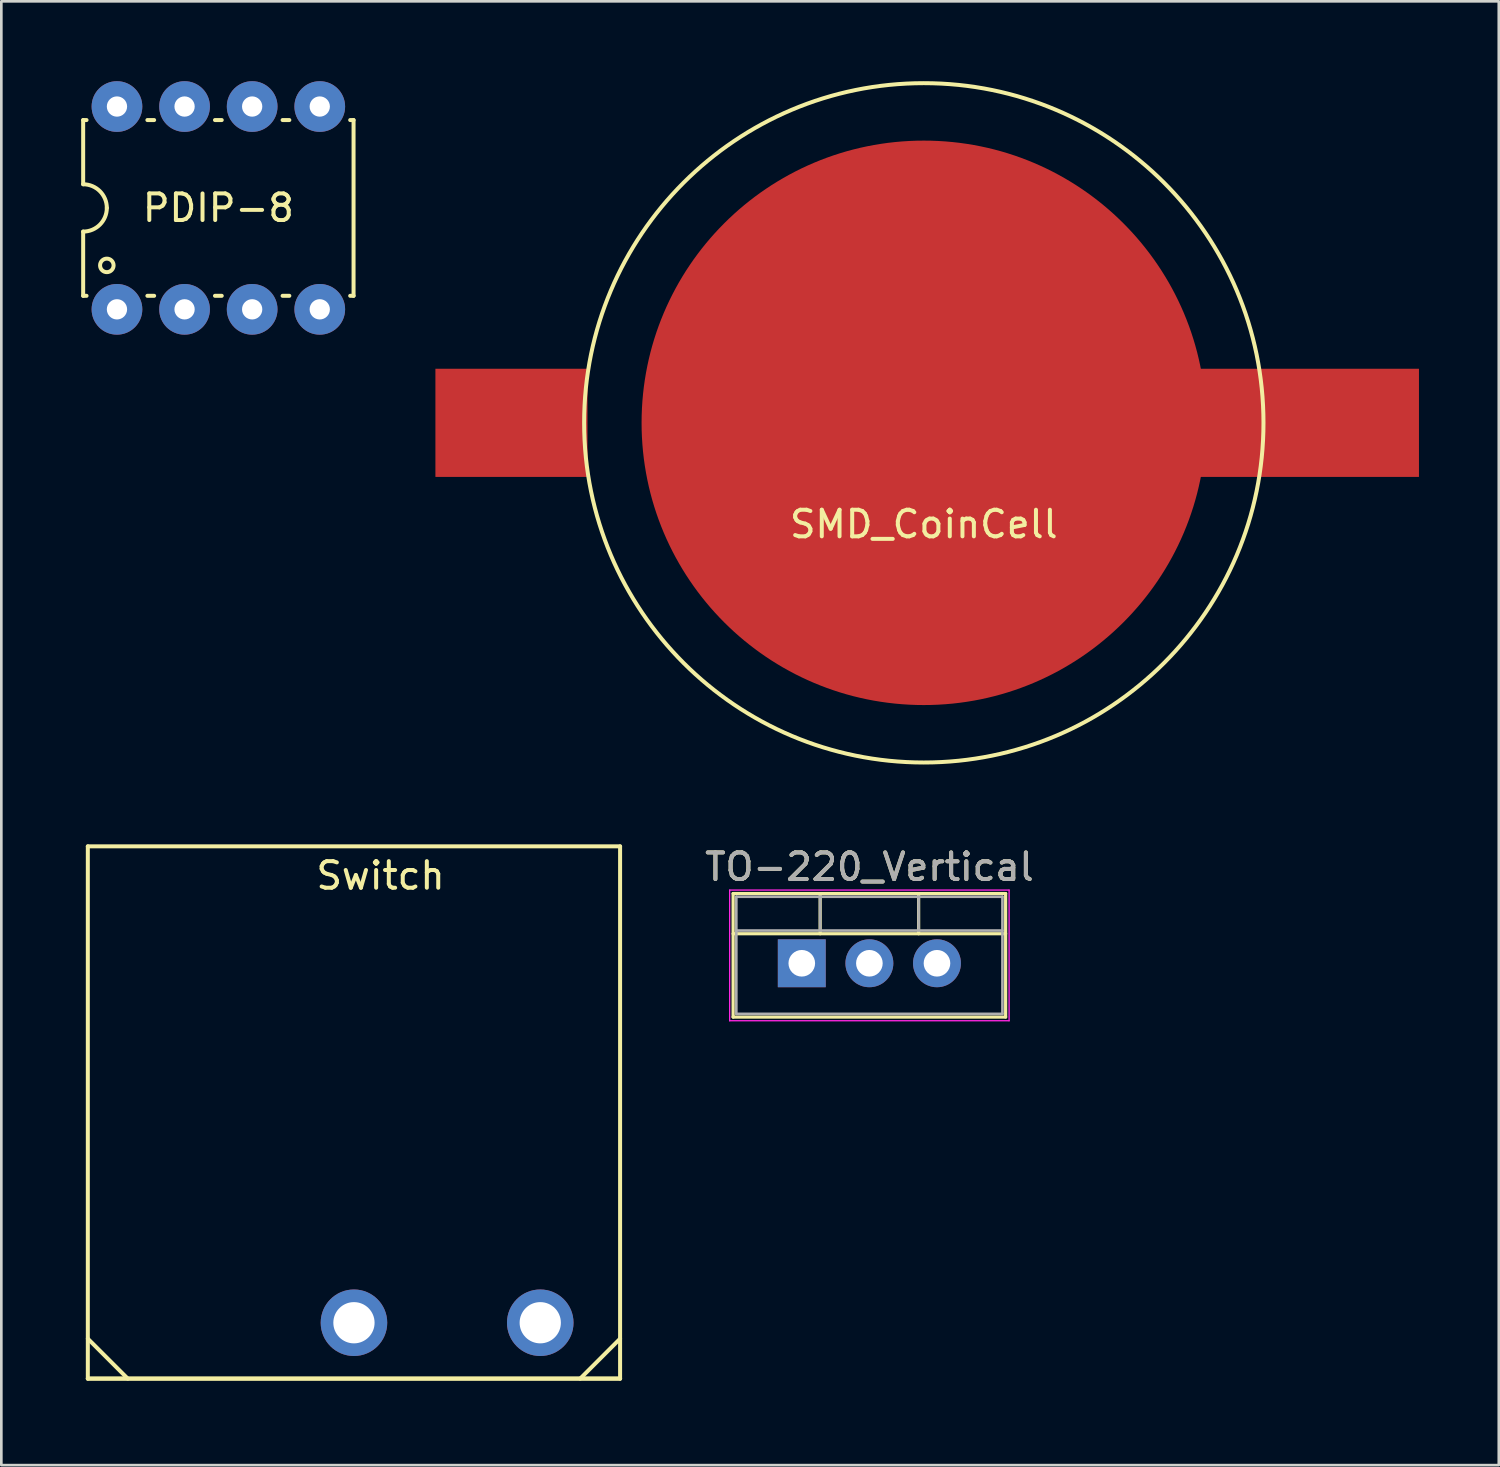
<source format=kicad_pcb>
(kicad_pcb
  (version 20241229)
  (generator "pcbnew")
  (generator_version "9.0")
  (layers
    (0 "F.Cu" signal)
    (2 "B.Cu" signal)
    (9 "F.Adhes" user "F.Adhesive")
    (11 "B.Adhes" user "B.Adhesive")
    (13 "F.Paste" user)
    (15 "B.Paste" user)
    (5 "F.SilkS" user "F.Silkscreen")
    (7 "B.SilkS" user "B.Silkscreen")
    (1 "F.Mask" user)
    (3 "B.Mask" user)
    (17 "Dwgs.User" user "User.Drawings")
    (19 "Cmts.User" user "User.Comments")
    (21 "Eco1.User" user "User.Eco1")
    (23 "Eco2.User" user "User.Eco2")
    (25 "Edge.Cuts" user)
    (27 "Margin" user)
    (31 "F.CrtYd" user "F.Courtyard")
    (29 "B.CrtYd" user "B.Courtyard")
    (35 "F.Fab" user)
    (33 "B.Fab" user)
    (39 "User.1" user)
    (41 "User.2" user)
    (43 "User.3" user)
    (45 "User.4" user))
  (footprint "PDIP-8"
    (layer "F.Cu")
    (at 5.155 4.763)
    (property "Reference" "PDIP-8" (at 0 0 0) (layer "F.SilkS") (effects (font (size 1 1) (thickness 0.15))))
    (attr through_hole)
    (fp_line (start -5.08 -3.302) (end -4.953 -3.302) (stroke (width 0.15) (type solid)) (layer "F.SilkS"))
    (fp_line (start -5.08 -0.889) (end -5.08 -3.302) (stroke (width 0.15) (type solid)) (layer "F.SilkS"))
    (fp_line (start -5.08 0.889) (end -5.08 3.302) (stroke (width 0.15) (type solid)) (layer "F.SilkS"))
    (fp_line (start -5.08 3.302) (end -4.953 3.302) (stroke (width 0.15) (type solid)) (layer "F.SilkS"))
    (fp_line (start -2.667 -3.302) (end -2.413 -3.302) (stroke (width 0.15) (type solid)) (layer "F.SilkS"))
    (fp_line (start -2.667 3.302) (end -2.413 3.302) (stroke (width 0.15) (type solid)) (layer "F.SilkS"))
    (fp_line (start -0.127 -3.302) (end 0.127 -3.302) (stroke (width 0.15) (type solid)) (layer "F.SilkS"))
    (fp_line (start -0.127 3.302) (end 0.127 3.302) (stroke (width 0.15) (type solid)) (layer "F.SilkS"))
    (fp_line (start 2.413 -3.302) (end 2.667 -3.302) (stroke (width 0.15) (type solid)) (layer "F.SilkS"))
    (fp_line (start 2.413 3.302) (end 2.667 3.302) (stroke (width 0.15) (type solid)) (layer "F.SilkS"))
    (fp_line (start 5.08 -3.302) (end 4.953 -3.302) (stroke (width 0.15) (type solid)) (layer "F.SilkS"))
    (fp_line (start 5.08 3.302) (end 4.953 3.302) (stroke (width 0.15) (type solid)) (layer "F.SilkS"))
    (fp_line (start 5.08 3.302) (end 5.08 -3.302) (stroke (width 0.15) (type solid)) (layer "F.SilkS"))
    (fp_arc (start -5.08 -0.889) (mid -4.451382 -0.628618) (end -4.191 0) (stroke (width 0.15) (type solid)) (layer "F.SilkS"))
    (fp_arc (start -4.191 0) (mid -4.451382 0.628618) (end -5.08 0.889) (stroke (width 0.15) (type solid)) (layer "F.SilkS"))
    (fp_circle (center -4.191 2.159) (end -3.937 2.159) (stroke (width 0.15) (type solid)) (fill no) (layer "F.SilkS"))
    (pad "1" thru_hole circle (at -3.81 3.81) (size 1.905 1.905) (drill 0.762) (layers "*.Cu" "*.Mask"))
    (pad "2" thru_hole circle (at -1.27 3.81) (size 1.905 1.905) (drill 0.762) (layers "*.Cu" "*.Mask"))
    (pad "3" thru_hole circle (at 1.27 3.81) (size 1.905 1.905) (drill 0.762) (layers "*.Cu" "*.Mask"))
    (pad "4" thru_hole circle (at 3.81 3.81) (size 1.905 1.905) (drill 0.762) (layers "*.Cu" "*.Mask"))
    (pad "5" thru_hole circle (at 3.81 -3.81) (size 1.905 1.905) (drill 0.762) (layers "*.Cu" "*.Mask"))
    (pad "6" thru_hole circle (at 1.27 -3.81) (size 1.905 1.905) (drill 0.762) (layers "*.Cu" "*.Mask"))
    (pad "7" thru_hole circle (at -1.27 -3.81) (size 1.905 1.905) (drill 0.762) (layers "*.Cu" "*.Mask"))
    (pad "8" thru_hole circle (at -3.81 -3.81) (size 1.905 1.905) (drill 0.762) (layers "*.Cu" "*.Mask")))
  (footprint "TO-220_Vertical"
    (layer "F.Cu")
    (at 27.077 33.145)
    (property "Reference" "TO-220_Vertical" (at 2.54 -3.62 0) (layer "F.SilkS") (effects (font (size 1 1) (thickness 0.15))))
    (attr through_hole)
    (fp_line (start -2.58 -2.62) (end -2.58 2.021) (stroke (width 0.12) (type solid)) (layer "F.SilkS"))
    (fp_line (start -2.58 -2.62) (end 7.66 -2.62) (stroke (width 0.12) (type solid)) (layer "F.SilkS"))
    (fp_line (start -2.58 -1.11) (end 7.66 -1.11) (stroke (width 0.12) (type solid)) (layer "F.SilkS"))
    (fp_line (start -2.58 2.021) (end 7.66 2.021) (stroke (width 0.12) (type solid)) (layer "F.SilkS"))
    (fp_line (start 0.69 -2.62) (end 0.69 -1.11) (stroke (width 0.12) (type solid)) (layer "F.SilkS"))
    (fp_line (start 4.391 -2.62) (end 4.391 -1.11) (stroke (width 0.12) (type solid)) (layer "F.SilkS"))
    (fp_line (start 7.66 -2.62) (end 7.66 2.021) (stroke (width 0.12) (type solid)) (layer "F.SilkS"))
    (fp_line (start -2.71 -2.75) (end -2.71 2.16) (stroke (width 0.05) (type solid)) (layer "F.CrtYd"))
    (fp_line (start -2.71 2.16) (end 7.79 2.16) (stroke (width 0.05) (type solid)) (layer "F.CrtYd"))
    (fp_line (start 7.79 -2.75) (end -2.71 -2.75) (stroke (width 0.05) (type solid)) (layer "F.CrtYd"))
    (fp_line (start 7.79 2.16) (end 7.79 -2.75) (stroke (width 0.05) (type solid)) (layer "F.CrtYd"))
    (fp_line (start -2.46 -2.5) (end -2.46 1.9) (stroke (width 0.1) (type solid)) (layer "F.Fab"))
    (fp_line (start -2.46 -1.23) (end 7.54 -1.23) (stroke (width 0.1) (type solid)) (layer "F.Fab"))
    (fp_line (start -2.46 1.9) (end 7.54 1.9) (stroke (width 0.1) (type solid)) (layer "F.Fab"))
    (fp_line (start 0.69 -2.5) (end 0.69 -1.23) (stroke (width 0.1) (type solid)) (layer "F.Fab"))
    (fp_line (start 4.39 -2.5) (end 4.39 -1.23) (stroke (width 0.1) (type solid)) (layer "F.Fab"))
    (fp_line (start 7.54 -2.5) (end -2.46 -2.5) (stroke (width 0.1) (type solid)) (layer "F.Fab"))
    (fp_line (start 7.54 1.9) (end 7.54 -2.5) (stroke (width 0.1) (type solid)) (layer "F.Fab"))
    (fp_text user "${REFERENCE}" (at 2.54 -3.62 0) (layer "F.Fab") (effects (font (size 1 1) (thickness 0.15))))
    (pad "1" thru_hole rect (at 0 0) (size 1.8 1.8) (drill 1) (layers "*.Cu" "*.Mask"))
    (pad "2" thru_hole oval (at 2.54 0) (size 1.8 1.8) (drill 1) (layers "*.Cu" "*.Mask"))
    (pad "3" thru_hole oval (at 5.08 0) (size 1.8 1.8) (drill 1) (layers "*.Cu" "*.Mask")))
  (footprint "Switch"
    (layer "F.Cu")
    (at 0.25 48.752)
    (property "Reference" "Switch" (at 11 -18.9 0) (layer "F.SilkS") (effects (font (size 1 1) (thickness 0.15))))
    (attr through_hole)
    (fp_line (start 0 -20) (end 20 -20) (stroke (width 0.15) (type solid)) (layer "F.SilkS"))
    (fp_line (start 0 -1.5) (end 1.5 0) (stroke (width 0.15) (type solid)) (layer "F.SilkS"))
    (fp_line (start 0 0) (end 0 -20) (stroke (width 0.15) (type solid)) (layer "F.SilkS"))
    (fp_line (start 0 0) (end 20 0) (stroke (width 0.15) (type solid)) (layer "F.SilkS"))
    (fp_line (start 20 -20) (end 20 0) (stroke (width 0.15) (type solid)) (layer "F.SilkS"))
    (fp_line (start 20 -1.5) (end 18.5 0) (stroke (width 0.15) (type solid)) (layer "F.SilkS"))
    (fp_line (start 20 0) (end 0 0) (stroke (width 0.15) (type solid)) (layer "F.SilkS"))
    (pad "'1" thru_hole circle (at 17 -2.1) (size 2.5 2.5) (drill 1.55) (layers "*.Cu" "*.Mask"))
    (pad "1A" thru_hole circle (at 10 -2.1) (size 2.5 2.5) (drill 1.55) (layers "*.Cu" "*.Mask")))
  (footprint "SMD_CoinCell"
    (layer "F.Cu")
    (at 31.662 12.838)
    (property "Reference" "SMD_CoinCell" (at 0 3.81 0) (layer "F.SilkS") (effects (font (size 1 1) (thickness 0.15))))
    (attr through_hole)
    (fp_circle (center 0 0) (end 12.7 1.27) (stroke (width 0.15) (type solid)) (fill no) (layer "F.SilkS"))
    (pad "1" smd circle (at 0 0) (size 21.209 21.209) (layers "F.Cu" "F.Mask" "F.Paste"))
    (pad "2" smd rect (at -15.494 0) (size 5.715 4.064) (layers "F.Cu" "F.Mask" "F.Paste"))
    (pad "3" connect rect (at 14.478 0) (size 8.255 4.064) (layers "F.Cu" "F.Mask")))
  (gr_rect
    (start -3 -3)
    (end 53.267 52.002)
    (stroke (width 0.1) (type default))
    (fill no)
    (layer "Edge.Cuts")))
</source>
